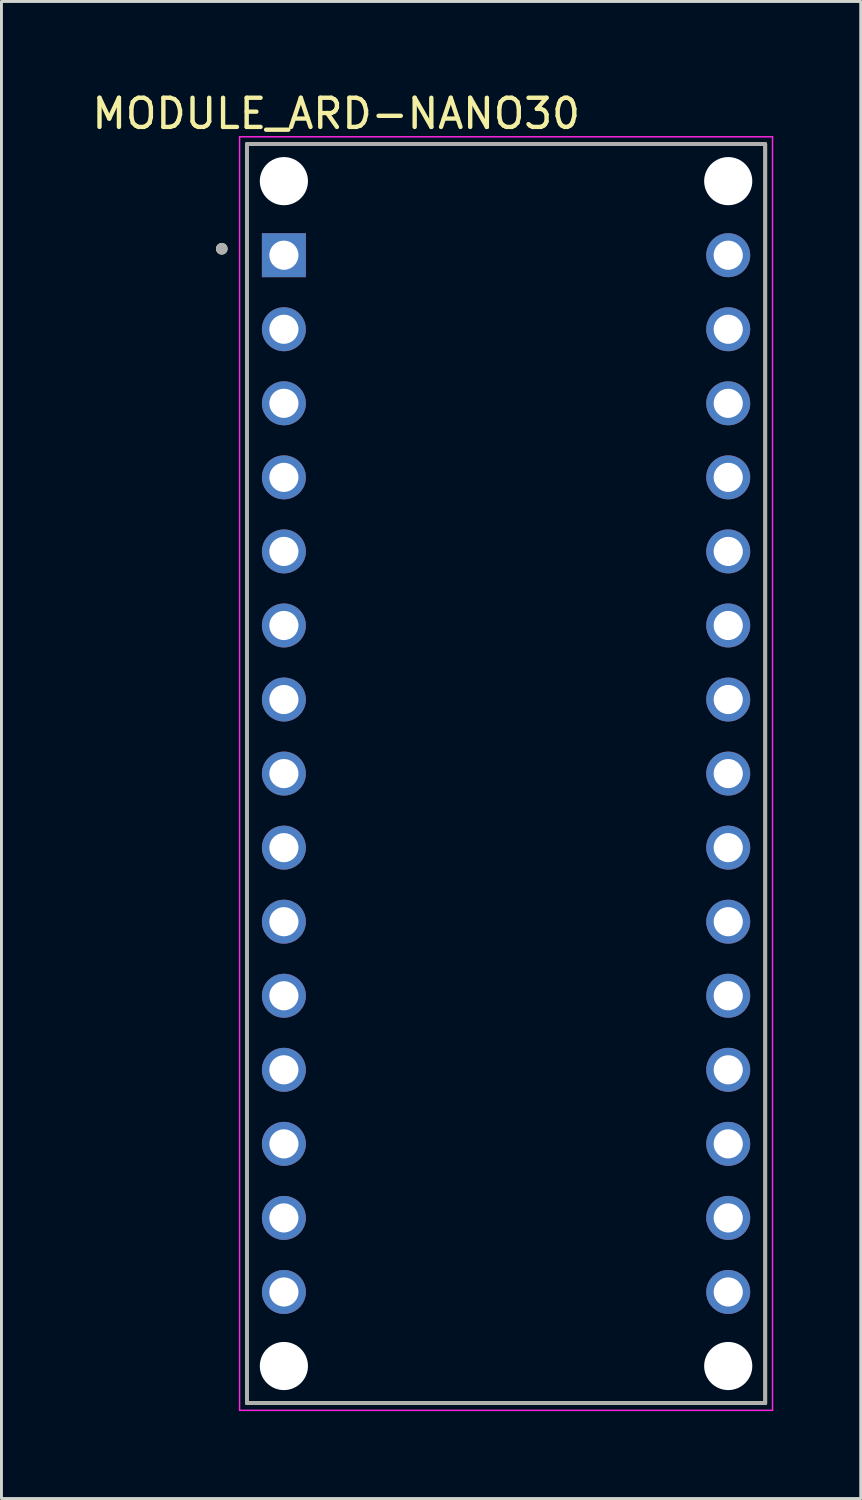
<source format=kicad_pcb>
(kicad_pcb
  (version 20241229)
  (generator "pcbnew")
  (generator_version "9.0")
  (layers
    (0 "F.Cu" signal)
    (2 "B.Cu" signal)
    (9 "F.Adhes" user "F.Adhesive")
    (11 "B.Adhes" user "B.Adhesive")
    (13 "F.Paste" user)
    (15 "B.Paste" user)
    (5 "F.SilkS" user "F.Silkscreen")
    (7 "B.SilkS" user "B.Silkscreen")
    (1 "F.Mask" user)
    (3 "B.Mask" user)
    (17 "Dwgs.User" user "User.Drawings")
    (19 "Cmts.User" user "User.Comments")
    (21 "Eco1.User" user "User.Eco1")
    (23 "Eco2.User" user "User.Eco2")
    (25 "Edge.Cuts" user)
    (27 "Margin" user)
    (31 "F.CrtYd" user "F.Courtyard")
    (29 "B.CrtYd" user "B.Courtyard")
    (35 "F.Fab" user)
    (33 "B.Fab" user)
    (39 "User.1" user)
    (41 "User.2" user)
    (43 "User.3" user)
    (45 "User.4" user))
  (footprint "MODULE_ARD-NANO30"
    (layer "F.Cu")
    (at 14.307 23.483)
    (property "Reference" "MODULE_ARD-NANO30" (at -5.825 -22.635 0) (layer "F.SilkS") (effects (font (size 1 1) (thickness 0.15))))
    (attr through_hole)
    (fp_line (start -8.89 -21.59) (end 8.89 -21.59) (stroke (width 0.127) (type solid)) (layer "F.SilkS"))
    (fp_line (start -8.89 21.59) (end -8.89 -21.59) (stroke (width 0.127) (type solid)) (layer "F.SilkS"))
    (fp_line (start 8.89 -21.59) (end 8.89 21.59) (stroke (width 0.127) (type solid)) (layer "F.SilkS"))
    (fp_line (start 8.89 21.59) (end -8.89 21.59) (stroke (width 0.127) (type solid)) (layer "F.SilkS"))
    (fp_circle (center -9.75 -18) (end -9.65 -18) (stroke (width 0.2) (type solid)) (fill no) (layer "F.SilkS"))
    (fp_line (start -9.14 -21.84) (end 9.14 -21.84) (stroke (width 0.05) (type solid)) (layer "F.CrtYd"))
    (fp_line (start -9.14 21.84) (end -9.14 -21.84) (stroke (width 0.05) (type solid)) (layer "F.CrtYd"))
    (fp_line (start 9.14 -21.84) (end 9.14 21.84) (stroke (width 0.05) (type solid)) (layer "F.CrtYd"))
    (fp_line (start 9.14 21.84) (end -9.14 21.84) (stroke (width 0.05) (type solid)) (layer "F.CrtYd"))
    (fp_line (start -8.89 -21.59) (end 8.89 -21.59) (stroke (width 0.127) (type solid)) (layer "F.Fab"))
    (fp_line (start -8.89 21.59) (end -8.89 -21.59) (stroke (width 0.127) (type solid)) (layer "F.Fab"))
    (fp_line (start 8.89 -21.59) (end 8.89 21.59) (stroke (width 0.127) (type solid)) (layer "F.Fab"))
    (fp_line (start 8.89 21.59) (end -8.89 21.59) (stroke (width 0.127) (type solid)) (layer "F.Fab"))
    (fp_circle (center -9.75 -18) (end -9.65 -18) (stroke (width 0.2) (type solid)) (fill no) (layer "F.Fab"))
    (pad "" np_thru_hole circle (at -7.62 -20.32) (size 1.651 1.651) (drill 1.651) (layers "*.Cu" "*.Mask"))
    (pad "" np_thru_hole circle (at -7.62 20.32) (size 1.651 1.651) (drill 1.651) (layers "*.Cu" "*.Mask"))
    (pad "" np_thru_hole circle (at 7.62 -20.32) (size 1.651 1.651) (drill 1.651) (layers "*.Cu" "*.Mask"))
    (pad "" np_thru_hole circle (at 7.62 20.32) (size 1.651 1.651) (drill 1.651) (layers "*.Cu" "*.Mask"))
    (pad "1" thru_hole rect (at -7.62 -17.78) (size 1.508 1.508) (drill 1) (layers "*.Cu" "*.Mask"))
    (pad "2" thru_hole circle (at -7.62 -15.24) (size 1.508 1.508) (drill 1) (layers "*.Cu" "*.Mask"))
    (pad "3" thru_hole circle (at -7.62 -12.7) (size 1.508 1.508) (drill 1) (layers "*.Cu" "*.Mask"))
    (pad "4" thru_hole circle (at -7.62 -10.16) (size 1.508 1.508) (drill 1) (layers "*.Cu" "*.Mask"))
    (pad "5" thru_hole circle (at -7.62 -7.62) (size 1.508 1.508) (drill 1) (layers "*.Cu" "*.Mask"))
    (pad "6" thru_hole circle (at -7.62 -5.08) (size 1.508 1.508) (drill 1) (layers "*.Cu" "*.Mask"))
    (pad "7" thru_hole circle (at -7.62 -2.54) (size 1.508 1.508) (drill 1) (layers "*.Cu" "*.Mask"))
    (pad "8" thru_hole circle (at -7.62 0) (size 1.508 1.508) (drill 1) (layers "*.Cu" "*.Mask"))
    (pad "9" thru_hole circle (at -7.62 2.54) (size 1.508 1.508) (drill 1) (layers "*.Cu" "*.Mask"))
    (pad "10" thru_hole circle (at -7.62 5.08) (size 1.508 1.508) (drill 1) (layers "*.Cu" "*.Mask"))
    (pad "11" thru_hole circle (at -7.62 7.62) (size 1.508 1.508) (drill 1) (layers "*.Cu" "*.Mask"))
    (pad "12" thru_hole circle (at -7.62 10.16) (size 1.508 1.508) (drill 1) (layers "*.Cu" "*.Mask"))
    (pad "13" thru_hole circle (at -7.62 12.7) (size 1.508 1.508) (drill 1) (layers "*.Cu" "*.Mask"))
    (pad "14" thru_hole circle (at -7.62 15.24) (size 1.508 1.508) (drill 1) (layers "*.Cu" "*.Mask"))
    (pad "15" thru_hole circle (at -7.62 17.78) (size 1.508 1.508) (drill 1) (layers "*.Cu" "*.Mask"))
    (pad "16" thru_hole circle (at 7.62 17.78) (size 1.508 1.508) (drill 1) (layers "*.Cu" "*.Mask"))
    (pad "17" thru_hole circle (at 7.62 15.24) (size 1.508 1.508) (drill 1) (layers "*.Cu" "*.Mask"))
    (pad "18" thru_hole circle (at 7.62 12.7) (size 1.508 1.508) (drill 1) (layers "*.Cu" "*.Mask"))
    (pad "19" thru_hole circle (at 7.62 10.16) (size 1.508 1.508) (drill 1) (layers "*.Cu" "*.Mask"))
    (pad "20" thru_hole circle (at 7.62 7.62) (size 1.508 1.508) (drill 1) (layers "*.Cu" "*.Mask"))
    (pad "21" thru_hole circle (at 7.62 5.08) (size 1.508 1.508) (drill 1) (layers "*.Cu" "*.Mask"))
    (pad "22" thru_hole circle (at 7.62 2.54) (size 1.508 1.508) (drill 1) (layers "*.Cu" "*.Mask"))
    (pad "23" thru_hole circle (at 7.62 0) (size 1.508 1.508) (drill 1) (layers "*.Cu" "*.Mask"))
    (pad "24" thru_hole circle (at 7.62 -2.54) (size 1.508 1.508) (drill 1) (layers "*.Cu" "*.Mask"))
    (pad "25" thru_hole circle (at 7.62 -5.08) (size 1.508 1.508) (drill 1) (layers "*.Cu" "*.Mask"))
    (pad "26" thru_hole circle (at 7.62 -7.62) (size 1.508 1.508) (drill 1) (layers "*.Cu" "*.Mask"))
    (pad "27" thru_hole circle (at 7.62 -10.16) (size 1.508 1.508) (drill 1) (layers "*.Cu" "*.Mask"))
    (pad "28" thru_hole circle (at 7.62 -12.7) (size 1.508 1.508) (drill 1) (layers "*.Cu" "*.Mask"))
    (pad "29" thru_hole circle (at 7.62 -15.24) (size 1.508 1.508) (drill 1) (layers "*.Cu" "*.Mask"))
    (pad "30" thru_hole circle (at 7.62 -17.78) (size 1.508 1.508) (drill 1) (layers "*.Cu" "*.Mask")))
  (gr_rect
    (start -3 -3)
    (end 26.472 48.348)
    (stroke (width 0.1) (type default))
    (fill no)
    (layer "Edge.Cuts")))
</source>
